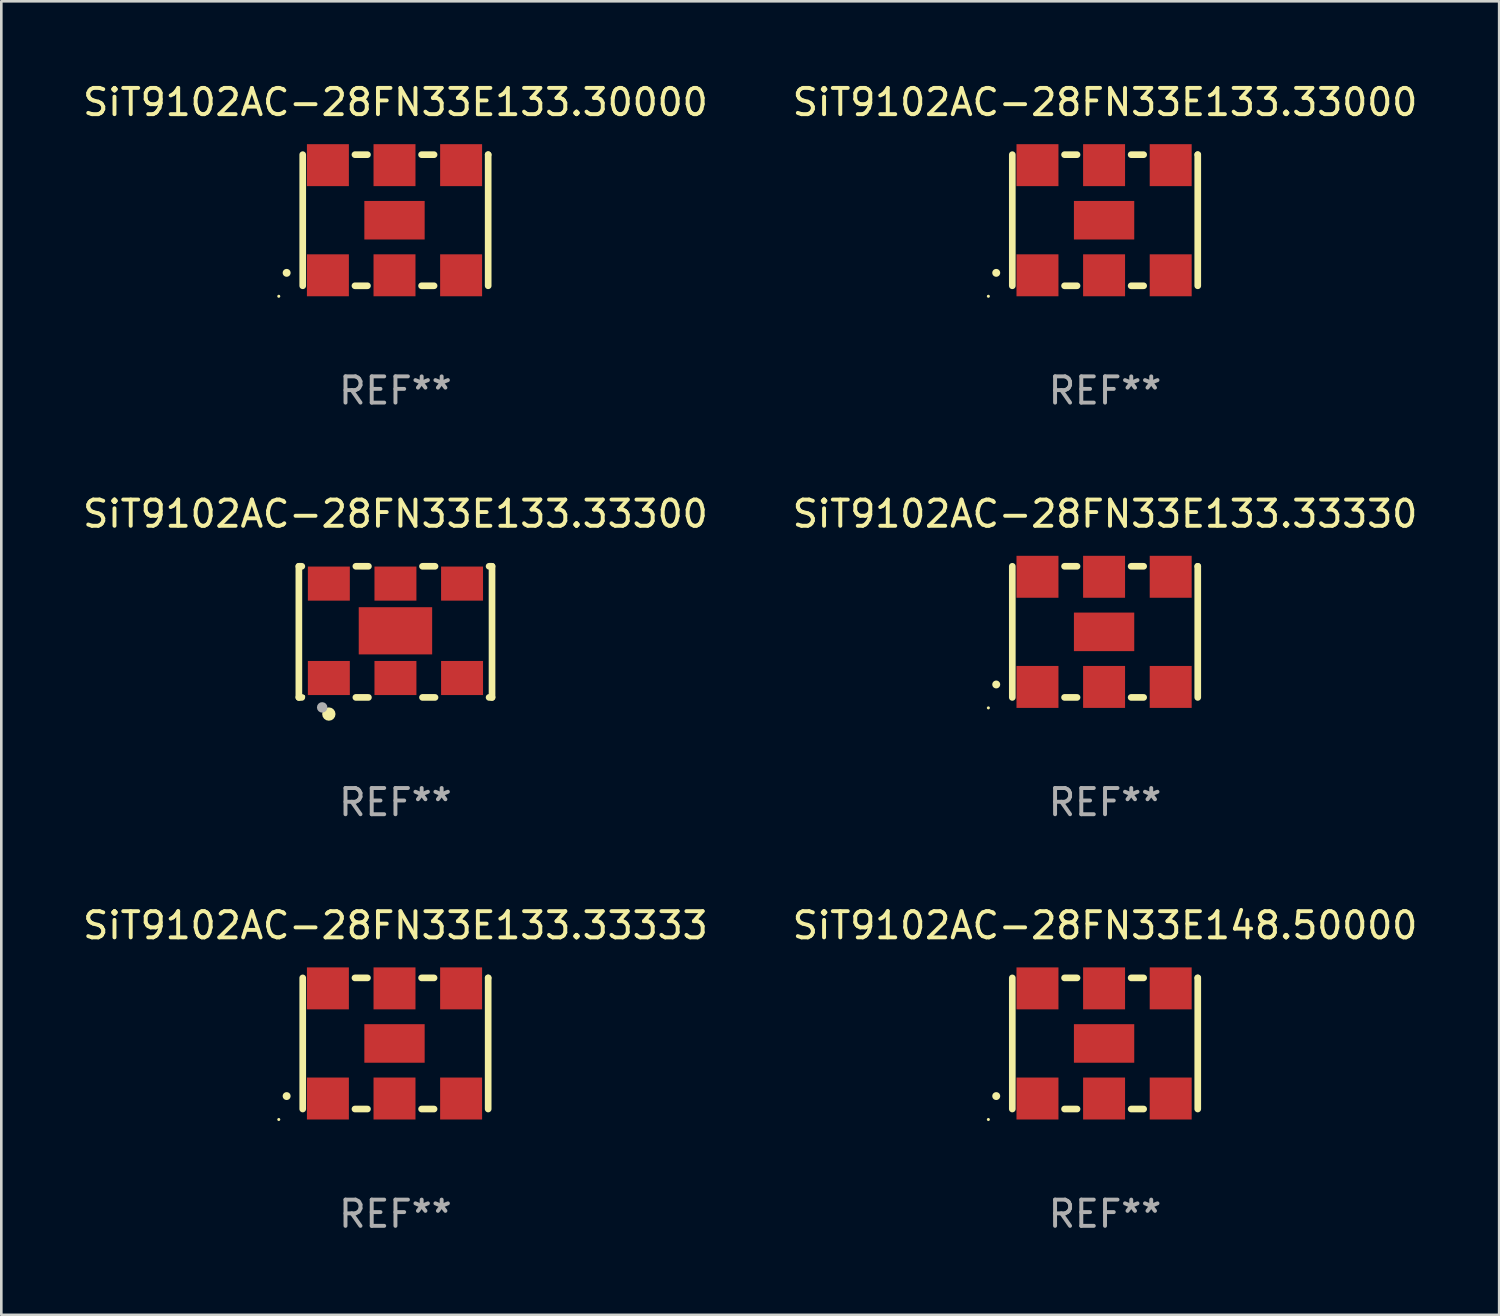
<source format=kicad_pcb>
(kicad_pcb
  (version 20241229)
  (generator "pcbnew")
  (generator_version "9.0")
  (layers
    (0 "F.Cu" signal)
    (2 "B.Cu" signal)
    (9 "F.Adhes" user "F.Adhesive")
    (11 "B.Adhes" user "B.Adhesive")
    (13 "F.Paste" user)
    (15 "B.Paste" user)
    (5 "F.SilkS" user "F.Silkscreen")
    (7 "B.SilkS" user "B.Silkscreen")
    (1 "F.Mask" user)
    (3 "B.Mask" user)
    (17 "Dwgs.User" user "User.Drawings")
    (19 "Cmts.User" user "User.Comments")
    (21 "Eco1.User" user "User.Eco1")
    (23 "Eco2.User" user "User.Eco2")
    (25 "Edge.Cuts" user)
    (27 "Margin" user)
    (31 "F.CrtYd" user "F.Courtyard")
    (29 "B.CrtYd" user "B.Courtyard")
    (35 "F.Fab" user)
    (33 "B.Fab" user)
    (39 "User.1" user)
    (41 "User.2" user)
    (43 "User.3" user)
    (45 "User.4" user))
  (footprint "SiT9102AC-28FN33E133.33333"
    (layer "F.Cu")
    (at 12.03 36.741)
    (property "Reference" "SiT9102AC-28FN33E133.33333" (at 0 -4.5 0) (layer "F.SilkS") (effects (font (size 1 1) (thickness 0.15))))
    (attr through_hole)
    (fp_line (start -3.536 -2.5) (end -3.536 2.5) (stroke (width 0.254) (type solid)) (layer "F.SilkS"))
    (fp_line (start -1.544 2.5) (end -1.067 2.5) (stroke (width 0.254) (type solid)) (layer "F.SilkS"))
    (fp_line (start -1.067 -2.5) (end -1.544 -2.5) (stroke (width 0.254) (type solid)) (layer "F.SilkS"))
    (fp_line (start 0.996 2.5) (end 1.473 2.5) (stroke (width 0.254) (type solid)) (layer "F.SilkS"))
    (fp_line (start 1.473 -2.5) (end 0.996 -2.5) (stroke (width 0.254) (type solid)) (layer "F.SilkS"))
    (fp_line (start 3.536 -2.5) (end 3.536 -2.5) (stroke (width 0.254) (type solid)) (layer "F.SilkS"))
    (fp_line (start 3.536 2.5) (end 3.536 -2.5) (stroke (width 0.254) (type solid)) (layer "F.SilkS"))
    (fp_arc (start -4.150432 2.006604) (mid -4.149162 2.006599) (end -4.147892 2.006604) (stroke (width 0.3) (type solid)) (layer "F.SilkS"))
    (fp_circle (center -4.449 2.9) (end -4.419 2.9) (stroke (width 0.06) (type solid)) (fill no) (layer "F.SilkS"))
    (fp_text user "REF**" (at 0 6.5 0) (layer "F.Fab") (effects (font (size 1 1) (thickness 0.15))))
    (pad "1" smd rect (at -2.576 2.1) (size 1.6 1.6) (layers "F.Cu" "F.Mask" "F.Paste"))
    (pad "2" smd rect (at -0.036 2.1) (size 1.6 1.6) (layers "F.Cu" "F.Mask" "F.Paste"))
    (pad "3" smd rect (at 2.504 2.1) (size 1.6 1.6) (layers "F.Cu" "F.Mask" "F.Paste"))
    (pad "4" smd rect (at 2.504 -2.1) (size 1.6 1.6) (layers "F.Cu" "F.Mask" "F.Paste"))
    (pad "5" smd rect (at -0.036 -2.1) (size 1.6 1.6) (layers "F.Cu" "F.Mask" "F.Paste"))
    (pad "6" smd rect (at -2.576 -2.1) (size 1.6 1.6) (layers "F.Cu" "F.Mask" "F.Paste"))
    (pad "7" smd rect (at -0.036 0) (size 2.3 1.47) (layers "F.Cu" "F.Mask" "F.Paste")))
  (footprint "SiT9102AC-28FN33E148.50000"
    (layer "F.Cu")
    (at 39.089 36.741)
    (property "Reference" "SiT9102AC-28FN33E148.50000" (at 0 -4.5 0) (layer "F.SilkS") (effects (font (size 1 1) (thickness 0.15))))
    (attr through_hole)
    (fp_line (start -3.536 -2.5) (end -3.536 2.5) (stroke (width 0.254) (type solid)) (layer "F.SilkS"))
    (fp_line (start -1.544 2.5) (end -1.067 2.5) (stroke (width 0.254) (type solid)) (layer "F.SilkS"))
    (fp_line (start -1.067 -2.5) (end -1.544 -2.5) (stroke (width 0.254) (type solid)) (layer "F.SilkS"))
    (fp_line (start 0.996 2.5) (end 1.473 2.5) (stroke (width 0.254) (type solid)) (layer "F.SilkS"))
    (fp_line (start 1.473 -2.5) (end 0.996 -2.5) (stroke (width 0.254) (type solid)) (layer "F.SilkS"))
    (fp_line (start 3.536 -2.5) (end 3.536 -2.5) (stroke (width 0.254) (type solid)) (layer "F.SilkS"))
    (fp_line (start 3.536 2.5) (end 3.536 -2.5) (stroke (width 0.254) (type solid)) (layer "F.SilkS"))
    (fp_arc (start -4.150432 2.006604) (mid -4.149162 2.006599) (end -4.147892 2.006604) (stroke (width 0.3) (type solid)) (layer "F.SilkS"))
    (fp_circle (center -4.449 2.9) (end -4.419 2.9) (stroke (width 0.06) (type solid)) (fill no) (layer "F.SilkS"))
    (fp_text user "REF**" (at 0 6.5 0) (layer "F.Fab") (effects (font (size 1 1) (thickness 0.15))))
    (pad "1" smd rect (at -2.576 2.1) (size 1.6 1.6) (layers "F.Cu" "F.Mask" "F.Paste"))
    (pad "2" smd rect (at -0.036 2.1) (size 1.6 1.6) (layers "F.Cu" "F.Mask" "F.Paste"))
    (pad "3" smd rect (at 2.504 2.1) (size 1.6 1.6) (layers "F.Cu" "F.Mask" "F.Paste"))
    (pad "4" smd rect (at 2.504 -2.1) (size 1.6 1.6) (layers "F.Cu" "F.Mask" "F.Paste"))
    (pad "5" smd rect (at -0.036 -2.1) (size 1.6 1.6) (layers "F.Cu" "F.Mask" "F.Paste"))
    (pad "6" smd rect (at -2.576 -2.1) (size 1.6 1.6) (layers "F.Cu" "F.Mask" "F.Paste"))
    (pad "7" smd rect (at -0.036 0) (size 2.3 1.47) (layers "F.Cu" "F.Mask" "F.Paste")))
  (footprint "SiT9102AC-28FN33E133.33330"
    (layer "F.Cu")
    (at 39.089 21.045)
    (property "Reference" "SiT9102AC-28FN33E133.33330" (at 0 -4.5 0) (layer "F.SilkS") (effects (font (size 1 1) (thickness 0.15))))
    (attr through_hole)
    (fp_line (start -3.536 -2.5) (end -3.536 2.5) (stroke (width 0.254) (type solid)) (layer "F.SilkS"))
    (fp_line (start -1.544 2.5) (end -1.067 2.5) (stroke (width 0.254) (type solid)) (layer "F.SilkS"))
    (fp_line (start -1.067 -2.5) (end -1.544 -2.5) (stroke (width 0.254) (type solid)) (layer "F.SilkS"))
    (fp_line (start 0.996 2.5) (end 1.473 2.5) (stroke (width 0.254) (type solid)) (layer "F.SilkS"))
    (fp_line (start 1.473 -2.5) (end 0.996 -2.5) (stroke (width 0.254) (type solid)) (layer "F.SilkS"))
    (fp_line (start 3.536 -2.5) (end 3.536 -2.5) (stroke (width 0.254) (type solid)) (layer "F.SilkS"))
    (fp_line (start 3.536 2.5) (end 3.536 -2.5) (stroke (width 0.254) (type solid)) (layer "F.SilkS"))
    (fp_arc (start -4.150432 2.006604) (mid -4.149162 2.006599) (end -4.147892 2.006604) (stroke (width 0.3) (type solid)) (layer "F.SilkS"))
    (fp_circle (center -4.449 2.9) (end -4.419 2.9) (stroke (width 0.06) (type solid)) (fill no) (layer "F.SilkS"))
    (fp_text user "REF**" (at 0 6.5 0) (layer "F.Fab") (effects (font (size 1 1) (thickness 0.15))))
    (pad "1" smd rect (at -2.576 2.1) (size 1.6 1.6) (layers "F.Cu" "F.Mask" "F.Paste"))
    (pad "2" smd rect (at -0.036 2.1) (size 1.6 1.6) (layers "F.Cu" "F.Mask" "F.Paste"))
    (pad "3" smd rect (at 2.504 2.1) (size 1.6 1.6) (layers "F.Cu" "F.Mask" "F.Paste"))
    (pad "4" smd rect (at 2.504 -2.1) (size 1.6 1.6) (layers "F.Cu" "F.Mask" "F.Paste"))
    (pad "5" smd rect (at -0.036 -2.1) (size 1.6 1.6) (layers "F.Cu" "F.Mask" "F.Paste"))
    (pad "6" smd rect (at -2.576 -2.1) (size 1.6 1.6) (layers "F.Cu" "F.Mask" "F.Paste"))
    (pad "7" smd rect (at -0.036 0) (size 2.3 1.47) (layers "F.Cu" "F.Mask" "F.Paste")))
  (footprint "SiT9102AC-28FN33E133.33000"
    (layer "F.Cu")
    (at 39.089 5.348)
    (property "Reference" "SiT9102AC-28FN33E133.33000" (at 0 -4.5 0) (layer "F.SilkS") (effects (font (size 1 1) (thickness 0.15))))
    (attr through_hole)
    (fp_line (start -3.536 -2.5) (end -3.536 2.5) (stroke (width 0.254) (type solid)) (layer "F.SilkS"))
    (fp_line (start -1.544 2.5) (end -1.067 2.5) (stroke (width 0.254) (type solid)) (layer "F.SilkS"))
    (fp_line (start -1.067 -2.5) (end -1.544 -2.5) (stroke (width 0.254) (type solid)) (layer "F.SilkS"))
    (fp_line (start 0.996 2.5) (end 1.473 2.5) (stroke (width 0.254) (type solid)) (layer "F.SilkS"))
    (fp_line (start 1.473 -2.5) (end 0.996 -2.5) (stroke (width 0.254) (type solid)) (layer "F.SilkS"))
    (fp_line (start 3.536 -2.5) (end 3.536 -2.5) (stroke (width 0.254) (type solid)) (layer "F.SilkS"))
    (fp_line (start 3.536 2.5) (end 3.536 -2.5) (stroke (width 0.254) (type solid)) (layer "F.SilkS"))
    (fp_arc (start -4.150432 2.006604) (mid -4.149162 2.006599) (end -4.147892 2.006604) (stroke (width 0.3) (type solid)) (layer "F.SilkS"))
    (fp_circle (center -4.449 2.9) (end -4.419 2.9) (stroke (width 0.06) (type solid)) (fill no) (layer "F.SilkS"))
    (fp_text user "REF**" (at 0 6.5 0) (layer "F.Fab") (effects (font (size 1 1) (thickness 0.15))))
    (pad "1" smd rect (at -2.576 2.1) (size 1.6 1.6) (layers "F.Cu" "F.Mask" "F.Paste"))
    (pad "2" smd rect (at -0.036 2.1) (size 1.6 1.6) (layers "F.Cu" "F.Mask" "F.Paste"))
    (pad "3" smd rect (at 2.504 2.1) (size 1.6 1.6) (layers "F.Cu" "F.Mask" "F.Paste"))
    (pad "4" smd rect (at 2.504 -2.1) (size 1.6 1.6) (layers "F.Cu" "F.Mask" "F.Paste"))
    (pad "5" smd rect (at -0.036 -2.1) (size 1.6 1.6) (layers "F.Cu" "F.Mask" "F.Paste"))
    (pad "6" smd rect (at -2.576 -2.1) (size 1.6 1.6) (layers "F.Cu" "F.Mask" "F.Paste"))
    (pad "7" smd rect (at -0.036 0) (size 2.3 1.47) (layers "F.Cu" "F.Mask" "F.Paste")))
  (footprint "SiT9102AC-28FN33E133.30000"
    (layer "F.Cu")
    (at 12.03 5.348)
    (property "Reference" "SiT9102AC-28FN33E133.30000" (at 0 -4.5 0) (layer "F.SilkS") (effects (font (size 1 1) (thickness 0.15))))
    (attr through_hole)
    (fp_line (start -3.536 -2.5) (end -3.536 2.5) (stroke (width 0.254) (type solid)) (layer "F.SilkS"))
    (fp_line (start -1.544 2.5) (end -1.067 2.5) (stroke (width 0.254) (type solid)) (layer "F.SilkS"))
    (fp_line (start -1.067 -2.5) (end -1.544 -2.5) (stroke (width 0.254) (type solid)) (layer "F.SilkS"))
    (fp_line (start 0.996 2.5) (end 1.473 2.5) (stroke (width 0.254) (type solid)) (layer "F.SilkS"))
    (fp_line (start 1.473 -2.5) (end 0.996 -2.5) (stroke (width 0.254) (type solid)) (layer "F.SilkS"))
    (fp_line (start 3.536 -2.5) (end 3.536 -2.5) (stroke (width 0.254) (type solid)) (layer "F.SilkS"))
    (fp_line (start 3.536 2.5) (end 3.536 -2.5) (stroke (width 0.254) (type solid)) (layer "F.SilkS"))
    (fp_arc (start -4.150432 2.006604) (mid -4.149162 2.006599) (end -4.147892 2.006604) (stroke (width 0.3) (type solid)) (layer "F.SilkS"))
    (fp_circle (center -4.449 2.9) (end -4.419 2.9) (stroke (width 0.06) (type solid)) (fill no) (layer "F.SilkS"))
    (fp_text user "REF**" (at 0 6.5 0) (layer "F.Fab") (effects (font (size 1 1) (thickness 0.15))))
    (pad "1" smd rect (at -2.576 2.1) (size 1.6 1.6) (layers "F.Cu" "F.Mask" "F.Paste"))
    (pad "2" smd rect (at -0.036 2.1) (size 1.6 1.6) (layers "F.Cu" "F.Mask" "F.Paste"))
    (pad "3" smd rect (at 2.504 2.1) (size 1.6 1.6) (layers "F.Cu" "F.Mask" "F.Paste"))
    (pad "4" smd rect (at 2.504 -2.1) (size 1.6 1.6) (layers "F.Cu" "F.Mask" "F.Paste"))
    (pad "5" smd rect (at -0.036 -2.1) (size 1.6 1.6) (layers "F.Cu" "F.Mask" "F.Paste"))
    (pad "6" smd rect (at -2.576 -2.1) (size 1.6 1.6) (layers "F.Cu" "F.Mask" "F.Paste"))
    (pad "7" smd rect (at -0.036 0) (size 2.3 1.47) (layers "F.Cu" "F.Mask" "F.Paste")))
  (footprint "SiT9102AC-28FN33E133.33300"
    (layer "F.Cu")
    (at 12.03 21.045)
    (property "Reference" "SiT9102AC-28FN33E133.33300" (at 0 -4.5 0) (layer "F.SilkS") (effects (font (size 1 1) (thickness 0.15))))
    (attr through_hole)
    (fp_line (start -3.683 -2.5) (end -3.571 -2.5) (stroke (width 0.254) (type solid)) (layer "F.SilkS"))
    (fp_line (start -3.683 2.5) (end -3.683 -2.5) (stroke (width 0.254) (type solid)) (layer "F.SilkS"))
    (fp_line (start -3.683 2.5) (end -3.571 2.5) (stroke (width 0.254) (type solid)) (layer "F.SilkS"))
    (fp_line (start -1.509 -2.5) (end -1.031 -2.5) (stroke (width 0.254) (type solid)) (layer "F.SilkS"))
    (fp_line (start -1.509 2.5) (end -1.031 2.5) (stroke (width 0.254) (type solid)) (layer "F.SilkS"))
    (fp_line (start 1.031 -2.5) (end 1.509 -2.5) (stroke (width 0.254) (type solid)) (layer "F.SilkS"))
    (fp_line (start 1.031 2.5) (end 1.509 2.5) (stroke (width 0.254) (type solid)) (layer "F.SilkS"))
    (fp_line (start 3.571 -2.5) (end 3.683 -2.5) (stroke (width 0.254) (type solid)) (layer "F.SilkS"))
    (fp_line (start 3.571 2.5) (end 3.683 2.5) (stroke (width 0.254) (type solid)) (layer "F.SilkS"))
    (fp_line (start 3.683 2.5) (end 3.683 -2.5) (stroke (width 0.254) (type solid)) (layer "F.SilkS"))
    (fp_circle (center -3.5 2.46) (end -3.47 2.46) (stroke (width 0.06) (type solid)) (fill no) (layer "F.SilkS"))
    (fp_circle (center -2.54 3.135) (end -2.413 3.135) (stroke (width 0.254) (type solid)) (fill no) (layer "F.SilkS"))
    (fp_circle (center -2.794 2.881) (end -2.694 2.881) (stroke (width 0.2) (type solid)) (fill no) (layer "F.Fab"))
    (fp_text user "REF**" (at 0 6.5 0) (layer "F.Fab") (effects (font (size 1 1) (thickness 0.15))))
    (pad "1" smd rect (at -2.54 1.76) (size 1.6 1.3) (layers "F.Cu" "F.Mask" "F.Paste"))
    (pad "2" smd rect (at 0 1.76) (size 1.6 1.3) (layers "F.Cu" "F.Mask" "F.Paste"))
    (pad "3" smd rect (at 2.54 1.76) (size 1.6 1.3) (layers "F.Cu" "F.Mask" "F.Paste"))
    (pad "4" smd rect (at 2.54 -1.84) (size 1.6 1.3) (layers "F.Cu" "F.Mask" "F.Paste"))
    (pad "5" smd rect (at 0 -1.84) (size 1.6 1.3) (layers "F.Cu" "F.Mask" "F.Paste"))
    (pad "6" smd rect (at -2.54 -1.84) (size 1.6 1.3) (layers "F.Cu" "F.Mask" "F.Paste"))
    (pad "7" smd rect (at 0 -0.04) (size 2.8 1.8) (layers "F.Cu" "F.Mask" "F.Paste")))
  (gr_rect
    (start -3 -3)
    (end 54.119 47.09)
    (stroke (width 0.1) (type default))
    (fill no)
    (layer "Edge.Cuts")))
</source>
